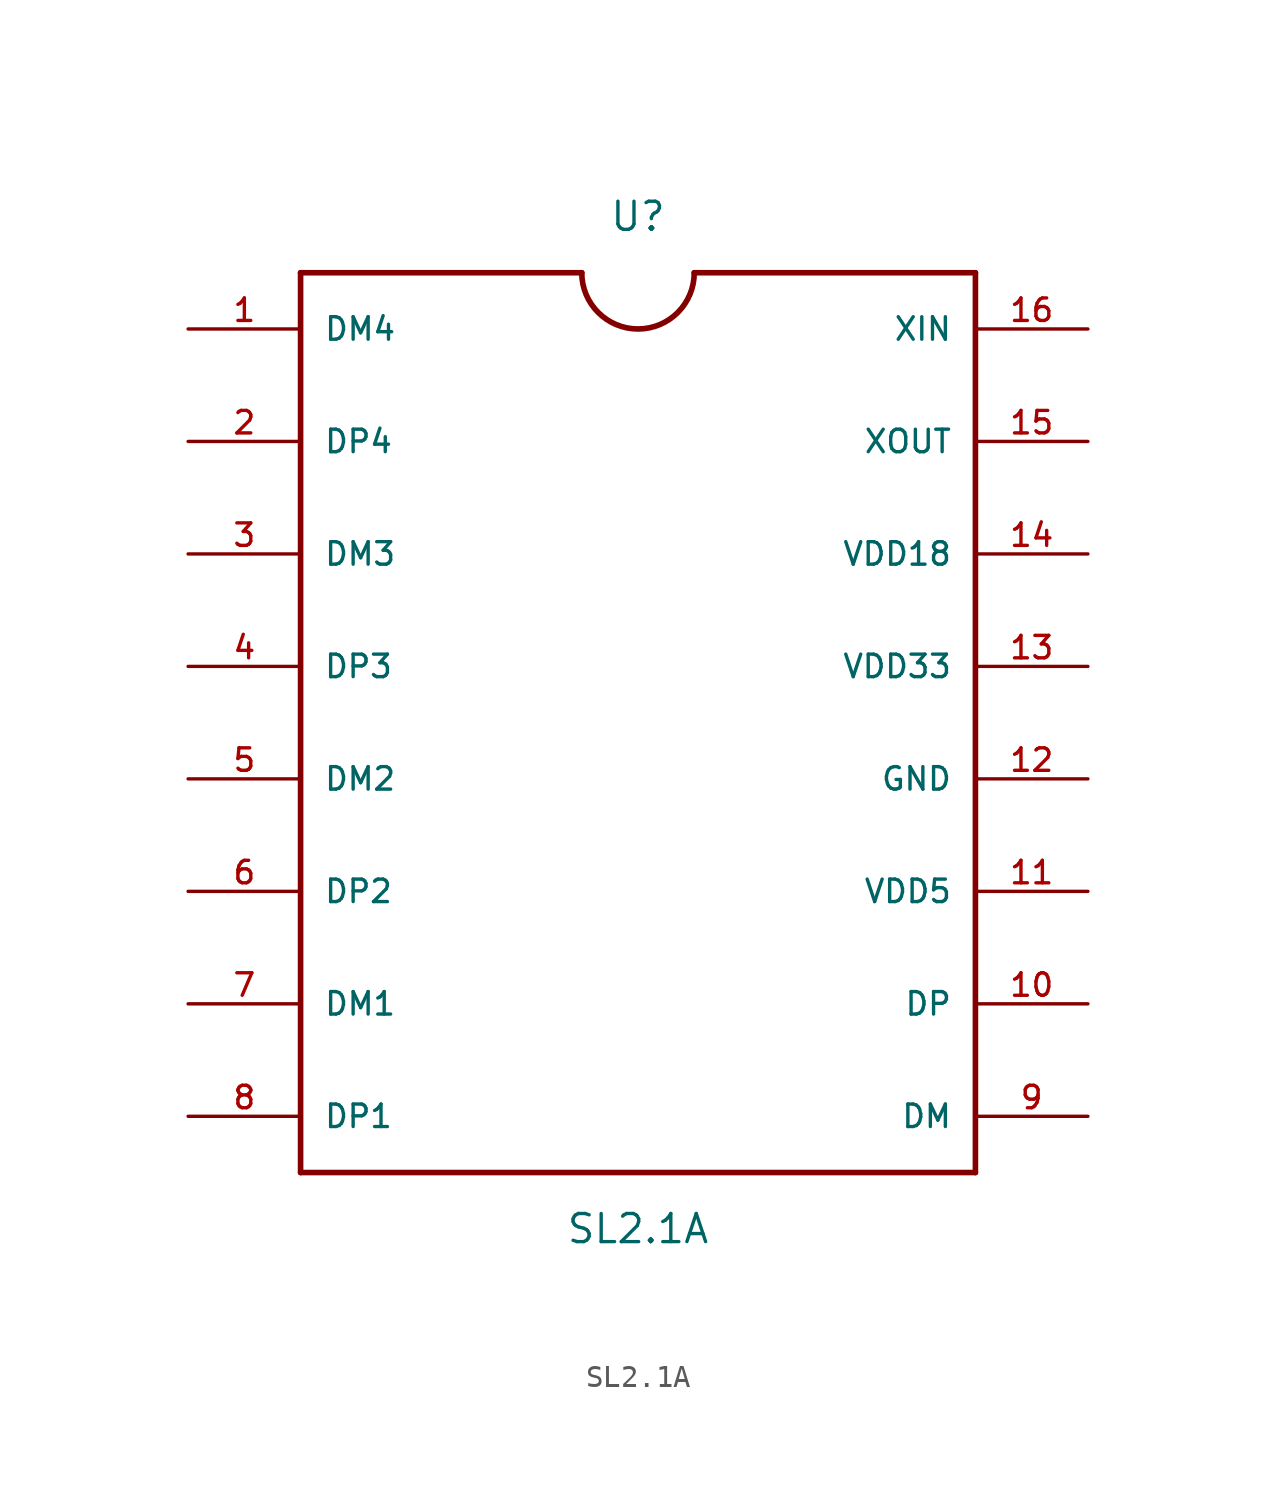
<source format=kicad_sym>
(kicad_symbol_lib
  (version 20211014)
  (generator kicad_symbol_editor)
  (symbol "SL2.1A"
    (pin_names
      (offset 1.016))
    (property "Reference" "U"
      (at 0.0 22.86 0)
      (effects (font (size 1.27 1.27))))
    (property "Value" "SL2.1A"
      (at 0.0 -22.86 0)
      (effects (font (size 1.27 1.27))))
    (symbol "SL2.1A_0_0"
      (polyline (pts (xy -15.24 -20.32) (xy 15.24 -20.32)) (stroke (width 0.254)))
      (polyline (pts (xy 15.24 -20.32) (xy 15.24 20.32)) (stroke (width 0.254)))
      (polyline (pts (xy 15.24 20.32) (xy 2.54 20.32)) (stroke (width 0.254)))
      (polyline (pts (xy -2.54 20.32) (xy -15.24 20.32)) (stroke (width 0.254)))
      (polyline (pts (xy -15.24 20.32) (xy -15.24 -20.32)) (stroke (width 0.254)))
      (arc (start -2.54 20.32) (mid 0.0 17.78) (end 2.54 20.32) (stroke (width 0.254) (type default) (color 0 0 0 0)) (fill (type none)))
      (pin bidirectional line (at -20.32 17.78 0) (length 5.08) (name "DM4" (effects (font (size 1.016 1.016)))) (number "1" (effects (font (size 1.016 1.016)))))
      (pin bidirectional line (at -20.32 12.7 0) (length 5.08) (name "DP4" (effects (font (size 1.016 1.016)))) (number "2" (effects (font (size 1.016 1.016)))))
      (pin bidirectional line (at -20.32 7.62 0) (length 5.08) (name "DM3" (effects (font (size 1.016 1.016)))) (number "3" (effects (font (size 1.016 1.016)))))
      (pin bidirectional line (at -20.32 2.54 0) (length 5.08) (name "DP3" (effects (font (size 1.016 1.016)))) (number "4" (effects (font (size 1.016 1.016)))))
      (pin bidirectional line (at -20.32 -2.54 0) (length 5.08) (name "DM2" (effects (font (size 1.016 1.016)))) (number "5" (effects (font (size 1.016 1.016)))))
      (pin bidirectional line (at -20.32 -7.62 0) (length 5.08) (name "DP2" (effects (font (size 1.016 1.016)))) (number "6" (effects (font (size 1.016 1.016)))))
      (pin bidirectional line (at -20.32 -12.7 0) (length 5.08) (name "DM1" (effects (font (size 1.016 1.016)))) (number "7" (effects (font (size 1.016 1.016)))))
      (pin bidirectional line (at -20.32 -17.78 0) (length 5.08) (name "DP1" (effects (font (size 1.016 1.016)))) (number "8" (effects (font (size 1.016 1.016)))))
      (pin bidirectional line (at 20.32 -17.78 180.0) (length 5.08) (name "DM" (effects (font (size 1.016 1.016)))) (number "9" (effects (font (size 1.016 1.016)))))
      (pin bidirectional line (at 20.32 -12.7 180.0) (length 5.08) (name "DP" (effects (font (size 1.016 1.016)))) (number "10" (effects (font (size 1.016 1.016)))))
      (pin bidirectional line (at 20.32 -7.62 180.0) (length 5.08) (name "VDD5" (effects (font (size 1.016 1.016)))) (number "11" (effects (font (size 1.016 1.016)))))
      (pin bidirectional line (at 20.32 -2.54 180.0) (length 5.08) (name "GND" (effects (font (size 1.016 1.016)))) (number "12" (effects (font (size 1.016 1.016)))))
      (pin bidirectional line (at 20.32 2.54 180.0) (length 5.08) (name "VDD33" (effects (font (size 1.016 1.016)))) (number "13" (effects (font (size 1.016 1.016)))))
      (pin bidirectional line (at 20.32 7.62 180.0) (length 5.08) (name "VDD18" (effects (font (size 1.016 1.016)))) (number "14" (effects (font (size 1.016 1.016)))))
      (pin bidirectional line (at 20.32 12.7 180.0) (length 5.08) (name "XOUT" (effects (font (size 1.016 1.016)))) (number "15" (effects (font (size 1.016 1.016)))))
      (pin bidirectional line (at 20.32 17.78 180.0) (length 5.08) (name "XIN" (effects (font (size 1.016 1.016)))) (number "16" (effects (font (size 1.016 1.016))))))))
</source>
